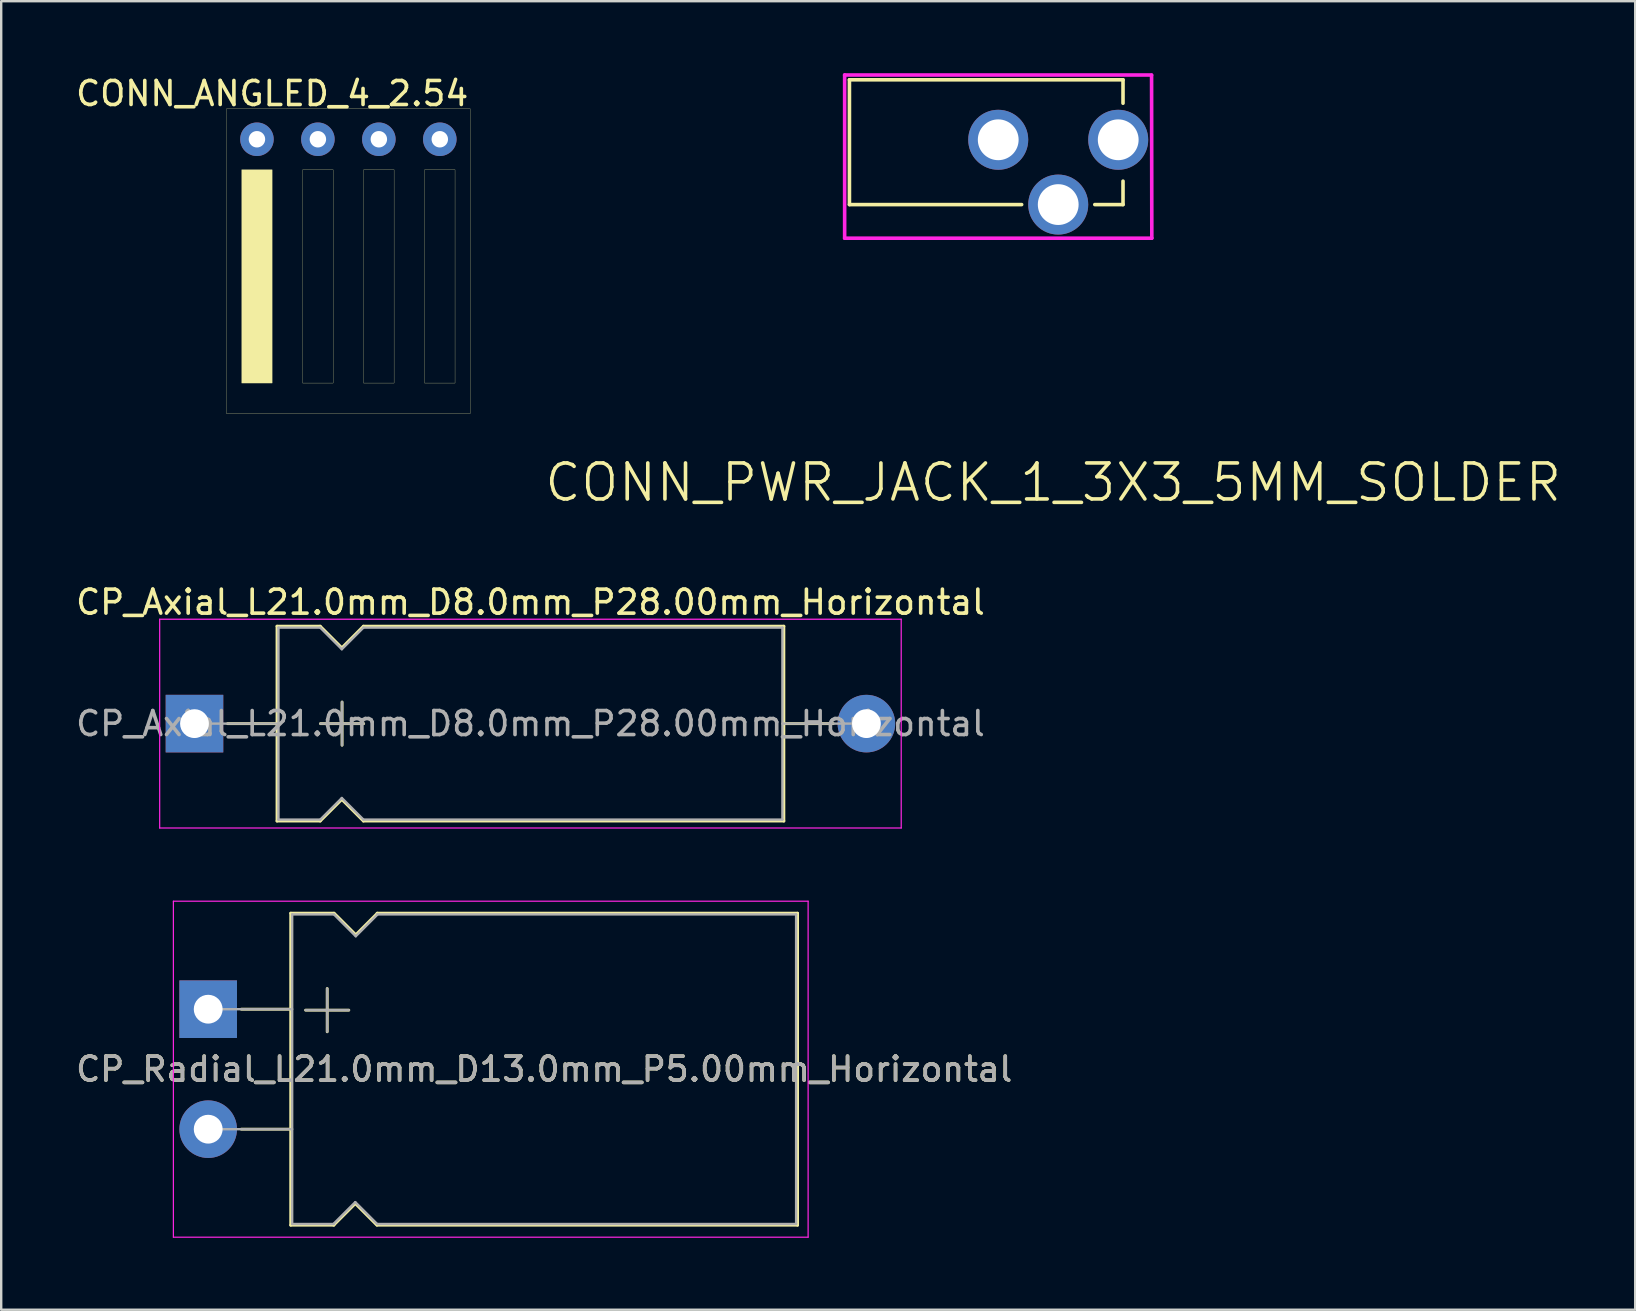
<source format=kicad_pcb>
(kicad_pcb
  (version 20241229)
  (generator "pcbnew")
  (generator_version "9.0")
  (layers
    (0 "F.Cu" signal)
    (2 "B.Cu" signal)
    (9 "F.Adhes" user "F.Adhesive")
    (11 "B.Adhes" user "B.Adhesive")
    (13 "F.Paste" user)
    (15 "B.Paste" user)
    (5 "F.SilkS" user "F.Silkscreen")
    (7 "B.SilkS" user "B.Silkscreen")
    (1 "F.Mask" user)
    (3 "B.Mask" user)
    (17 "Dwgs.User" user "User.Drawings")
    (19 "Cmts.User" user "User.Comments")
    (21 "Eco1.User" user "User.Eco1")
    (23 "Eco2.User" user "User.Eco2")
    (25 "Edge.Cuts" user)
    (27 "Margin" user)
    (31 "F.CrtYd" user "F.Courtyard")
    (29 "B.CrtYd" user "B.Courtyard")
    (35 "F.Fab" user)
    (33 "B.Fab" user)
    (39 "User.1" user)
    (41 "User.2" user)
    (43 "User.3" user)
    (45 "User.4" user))
  (footprint "CONN_ANGLED_4_2.54"
    (layer "F.Cu")
    (at 7.657 2.753)
    (property "Reference" "CONN_ANGLED_4_2.54" (at 0.635 -1.905 0) (unlocked yes) (layer "F.SilkS") (effects (font (size 1 1) (thickness 0.15))))
    (attr smd)
    (fp_rect (start -1.27 -1.27) (end 8.89 11.43) (stroke (width 0.01) (type solid)) (fill no) (layer "F.SilkS"))
    (fp_rect (start -0.635 1.27) (end 0.635 10.16) (stroke (width 0.01) (type solid)) (fill yes) (layer "F.SilkS"))
    (fp_rect (start 1.905 1.27) (end 3.175 10.16) (stroke (width 0.01) (type solid)) (fill no) (layer "F.SilkS"))
    (fp_rect (start 4.445 1.27) (end 5.715 10.16) (stroke (width 0.01) (type solid)) (fill no) (layer "F.SilkS"))
    (fp_rect (start 6.985 1.27) (end 8.255 10.16) (stroke (width 0.01) (type solid)) (fill no) (layer "F.SilkS"))
    (pad "1" thru_hole circle (at 0 0) (size 1.397 1.397) (drill 0.686) (layers "*.Cu" "*.Mask"))
    (pad "2" thru_hole circle (at 2.54 0) (size 1.397 1.397) (drill 0.686) (layers "*.Cu" "*.Mask"))
    (pad "3" thru_hole circle (at 5.08 0) (size 1.397 1.397) (drill 0.686) (layers "*.Cu" "*.Mask"))
    (pad "4" thru_hole circle (at 7.62 0) (size 1.397 1.397) (drill 0.686) (layers "*.Cu" "*.Mask")))
  (footprint "CP_Axial_L21.0mm_D8.0mm_P28.00mm_Horizontal"
    (layer "F.Cu")
    (at 5.054 27.104)
    (property "Reference" "CP_Axial_L21.0mm_D8.0mm_P28.00mm_Horizontal" (at 14 -5.06 0) (layer "F.SilkS") (effects (font (size 1 1) (thickness 0.15))))
    (attr through_hole)
    (fp_line (start 1.38 0) (end 3.44 0) (stroke (width 0.12) (type solid)) (layer "F.SilkS"))
    (fp_line (start 3.44 -4.06) (end 3.44 4.06) (stroke (width 0.12) (type solid)) (layer "F.SilkS"))
    (fp_line (start 3.44 -4.06) (end 5.24 -4.06) (stroke (width 0.12) (type solid)) (layer "F.SilkS"))
    (fp_line (start 3.44 4.06) (end 5.24 4.06) (stroke (width 0.12) (type solid)) (layer "F.SilkS"))
    (fp_line (start 5.24 -4.06) (end 6.14 -3.16) (stroke (width 0.12) (type solid)) (layer "F.SilkS"))
    (fp_line (start 5.24 4.06) (end 6.14 3.16) (stroke (width 0.12) (type solid)) (layer "F.SilkS"))
    (fp_line (start 5.25 0) (end 7.05 0) (stroke (width 0.12) (type solid)) (layer "F.SilkS"))
    (fp_line (start 6.14 -3.16) (end 7.04 -4.06) (stroke (width 0.12) (type solid)) (layer "F.SilkS"))
    (fp_line (start 6.14 3.16) (end 7.04 4.06) (stroke (width 0.12) (type solid)) (layer "F.SilkS"))
    (fp_line (start 6.15 -0.9) (end 6.15 0.9) (stroke (width 0.12) (type solid)) (layer "F.SilkS"))
    (fp_line (start 7.04 -4.06) (end 24.56 -4.06) (stroke (width 0.12) (type solid)) (layer "F.SilkS"))
    (fp_line (start 7.04 4.06) (end 24.56 4.06) (stroke (width 0.12) (type solid)) (layer "F.SilkS"))
    (fp_line (start 24.56 -4.06) (end 24.56 4.06) (stroke (width 0.12) (type solid)) (layer "F.SilkS"))
    (fp_line (start 26.62 0) (end 24.56 0) (stroke (width 0.12) (type solid)) (layer "F.SilkS"))
    (fp_line (start -1.45 -4.35) (end -1.45 4.35) (stroke (width 0.05) (type solid)) (layer "F.CrtYd"))
    (fp_line (start -1.45 4.35) (end 29.45 4.35) (stroke (width 0.05) (type solid)) (layer "F.CrtYd"))
    (fp_line (start 29.45 -4.35) (end -1.45 -4.35) (stroke (width 0.05) (type solid)) (layer "F.CrtYd"))
    (fp_line (start 29.45 4.35) (end 29.45 -4.35) (stroke (width 0.05) (type solid)) (layer "F.CrtYd"))
    (fp_line (start 0 0) (end 3.5 0) (stroke (width 0.1) (type solid)) (layer "F.Fab"))
    (fp_line (start 3.5 -4) (end 3.5 4) (stroke (width 0.1) (type solid)) (layer "F.Fab"))
    (fp_line (start 3.5 -4) (end 5.24 -4) (stroke (width 0.1) (type solid)) (layer "F.Fab"))
    (fp_line (start 3.5 4) (end 5.24 4) (stroke (width 0.1) (type solid)) (layer "F.Fab"))
    (fp_line (start 5.24 -4) (end 6.14 -3.1) (stroke (width 0.1) (type solid)) (layer "F.Fab"))
    (fp_line (start 5.24 4) (end 6.14 3.1) (stroke (width 0.1) (type solid)) (layer "F.Fab"))
    (fp_line (start 5.25 0) (end 7.05 0) (stroke (width 0.1) (type solid)) (layer "F.Fab"))
    (fp_line (start 6.14 -3.1) (end 7.04 -4) (stroke (width 0.1) (type solid)) (layer "F.Fab"))
    (fp_line (start 6.14 3.1) (end 7.04 4) (stroke (width 0.1) (type solid)) (layer "F.Fab"))
    (fp_line (start 6.15 -0.9) (end 6.15 0.9) (stroke (width 0.1) (type solid)) (layer "F.Fab"))
    (fp_line (start 7.04 -4) (end 24.5 -4) (stroke (width 0.1) (type solid)) (layer "F.Fab"))
    (fp_line (start 7.04 4) (end 24.5 4) (stroke (width 0.1) (type solid)) (layer "F.Fab"))
    (fp_line (start 24.5 -4) (end 24.5 4) (stroke (width 0.1) (type solid)) (layer "F.Fab"))
    (fp_line (start 28 0) (end 24.5 0) (stroke (width 0.1) (type solid)) (layer "F.Fab"))
    (fp_text user "${REFERENCE}" (at 14 0 0) (layer "F.Fab") (effects (font (size 1 1) (thickness 0.15))))
    (pad "1" thru_hole rect (at 0 0) (size 2.4 2.4) (drill 1.2) (layers "*.Cu" "*.Mask"))
    (pad "2" thru_hole oval (at 28 0) (size 2.4 2.4) (drill 1.2) (layers "*.Cu" "*.Mask")))
  (footprint "CONN_PWR_JACK_1_3X3_5MM_SOLDER"
    (layer "F.Cu")
    (at 41.047 2.775)
    (property "Reference" "CONN_PWR_JACK_1_3X3_5MM_SOLDER" (at -0.21 14.28 0) (layer "F.SilkS") (effects (font (size 1.5 1.5) (thickness 0.15))))
    (attr through_hole)
    (fp_line (start -8.7 -2.5) (end -8.7 2.7) (stroke (width 0.15) (type solid)) (layer "F.SilkS"))
    (fp_line (start -8.7 -2.5) (end 2.7 -2.5) (stroke (width 0.15) (type solid)) (layer "F.SilkS"))
    (fp_line (start -8.7 2.7) (end -1.524 2.7) (stroke (width 0.15) (type solid)) (layer "F.SilkS"))
    (fp_line (start 1.524 2.7) (end 2.7 2.7) (stroke (width 0.15) (type solid)) (layer "F.SilkS"))
    (fp_line (start 2.7 -2.5) (end 2.7 -1.524) (stroke (width 0.15) (type solid)) (layer "F.SilkS"))
    (fp_line (start 2.7 1.724) (end 2.7 2.7) (stroke (width 0.15) (type solid)) (layer "F.SilkS"))
    (fp_line (start -8.9 -2.7) (end 3.89 -2.7) (stroke (width 0.15) (type solid)) (layer "F.CrtYd"))
    (fp_line (start -8.9 4.1) (end -8.9 -2.7) (stroke (width 0.15) (type solid)) (layer "F.CrtYd"))
    (fp_line (start 3.89 -2.69) (end 3.9 4.1) (stroke (width 0.15) (type solid)) (layer "F.CrtYd"))
    (fp_line (start 3.9 4.1) (end -8.9 4.1) (stroke (width 0.15) (type solid)) (layer "F.CrtYd"))
    (pad "1" thru_hole circle (at 2.5 0) (size 2.5 2.5) (drill 1.7) (layers "*.Cu" "*.Mask"))
    (pad "2" thru_hole circle (at -2.5 0) (size 2.5 2.5) (drill 1.7) (layers "*.Cu" "*.Mask"))
    (pad "3" thru_hole circle (at 0 2.7) (size 2.5 2.5) (drill 1.7) (layers "*.Cu" "*.Mask")))
  (footprint "CP_Radial_L21.0mm_D13.0mm_P5.00mm_Horizontal"
    (layer "F.Cu")
    (at 5.625 41.504)
    (property "Reference" "CP_Radial_L21.0mm_D13.0mm_P5.00mm_Horizontal" (at 14 0 0) (layer "F.SilkS") (effects (font (size 1 1) (thickness 0.15))))
    (attr through_hole)
    (fp_line (start 1.38 -2.5) (end 3.44 -2.5) (stroke (width 0.12) (type solid)) (layer "F.SilkS"))
    (fp_line (start 1.38 2.5) (end 3.44 2.5) (stroke (width 0.12) (type solid)) (layer "F.SilkS"))
    (fp_line (start 3.44 -6.5) (end 3.44 6.5) (stroke (width 0.12) (type solid)) (layer "F.SilkS"))
    (fp_line (start 3.44 -6.5) (end 5.24 -6.5) (stroke (width 0.12) (type solid)) (layer "F.SilkS"))
    (fp_line (start 3.44 6.5) (end 5.24 6.5) (stroke (width 0.12) (type solid)) (layer "F.SilkS"))
    (fp_line (start 4.06 -2.46) (end 5.86 -2.46) (stroke (width 0.12) (type solid)) (layer "F.SilkS"))
    (fp_line (start 4.96 -3.36) (end 4.96 -1.56) (stroke (width 0.12) (type solid)) (layer "F.SilkS"))
    (fp_line (start 5.23 6.5) (end 6.13 5.6) (stroke (width 0.12) (type solid)) (layer "F.SilkS"))
    (fp_line (start 5.25 -6.5) (end 6.15 -5.6) (stroke (width 0.12) (type solid)) (layer "F.SilkS"))
    (fp_line (start 6.13 5.6) (end 7.03 6.5) (stroke (width 0.12) (type solid)) (layer "F.SilkS"))
    (fp_line (start 6.15 -5.6) (end 7.05 -6.5) (stroke (width 0.12) (type solid)) (layer "F.SilkS"))
    (fp_line (start 7.04 -6.5) (end 24.56 -6.5) (stroke (width 0.12) (type solid)) (layer "F.SilkS"))
    (fp_line (start 7.04 6.5) (end 24.56 6.5) (stroke (width 0.12) (type solid)) (layer "F.SilkS"))
    (fp_line (start 24.56 -6.5) (end 24.56 6.5) (stroke (width 0.12) (type solid)) (layer "F.SilkS"))
    (fp_line (start -1.45 -7) (end -1.45 7) (stroke (width 0.05) (type solid)) (layer "F.CrtYd"))
    (fp_line (start -1.45 7) (end 25 7) (stroke (width 0.05) (type solid)) (layer "F.CrtYd"))
    (fp_line (start 25 -7) (end -1.45 -7) (stroke (width 0.05) (type solid)) (layer "F.CrtYd"))
    (fp_line (start 25 7) (end 25 -7) (stroke (width 0.05) (type solid)) (layer "F.CrtYd"))
    (fp_line (start 0 -2.5) (end 3.5 -2.5) (stroke (width 0.1) (type solid)) (layer "F.Fab"))
    (fp_line (start 0 2.5) (end 3.5 2.5) (stroke (width 0.1) (type solid)) (layer "F.Fab"))
    (fp_line (start 3.5 -6.45) (end 3.5 6.45) (stroke (width 0.1) (type solid)) (layer "F.Fab"))
    (fp_line (start 3.5 -6.45) (end 5.24 -6.45) (stroke (width 0.1) (type solid)) (layer "F.Fab"))
    (fp_line (start 3.5 6.45) (end 5.24 6.45) (stroke (width 0.1) (type solid)) (layer "F.Fab"))
    (fp_line (start 4.06 -2.46) (end 5.86 -2.46) (stroke (width 0.1) (type solid)) (layer "F.Fab"))
    (fp_line (start 4.96 -3.36) (end 4.96 -1.56) (stroke (width 0.1) (type solid)) (layer "F.Fab"))
    (fp_line (start 5.23 6.44) (end 6.13 5.54) (stroke (width 0.1) (type solid)) (layer "F.Fab"))
    (fp_line (start 5.25 -6.44) (end 6.15 -5.54) (stroke (width 0.1) (type solid)) (layer "F.Fab"))
    (fp_line (start 6.13 5.54) (end 7.03 6.44) (stroke (width 0.1) (type solid)) (layer "F.Fab"))
    (fp_line (start 6.15 -5.54) (end 7.05 -6.44) (stroke (width 0.1) (type solid)) (layer "F.Fab"))
    (fp_line (start 7.04 -6.45) (end 24.5 -6.45) (stroke (width 0.1) (type solid)) (layer "F.Fab"))
    (fp_line (start 7.04 6.45) (end 24.5 6.45) (stroke (width 0.1) (type solid)) (layer "F.Fab"))
    (fp_line (start 24.5 -6.45) (end 24.5 6.45) (stroke (width 0.1) (type solid)) (layer "F.Fab"))
    (fp_text user "${REFERENCE}" (at 14 0 0) (layer "F.Fab") (effects (font (size 1 1) (thickness 0.15))))
    (pad "1" thru_hole rect (at 0 -2.5) (size 2.4 2.4) (drill 1.2) (layers "*.Cu" "*.Mask"))
    (pad "2" thru_hole oval (at 0 2.5) (size 2.4 2.4) (drill 1.2) (layers "*.Cu" "*.Mask")))
  (gr_rect
    (start -3 -3)
    (end 65.09 51.529)
    (stroke (width 0.1) (type default))
    (fill no)
    (layer "Edge.Cuts")))
</source>
